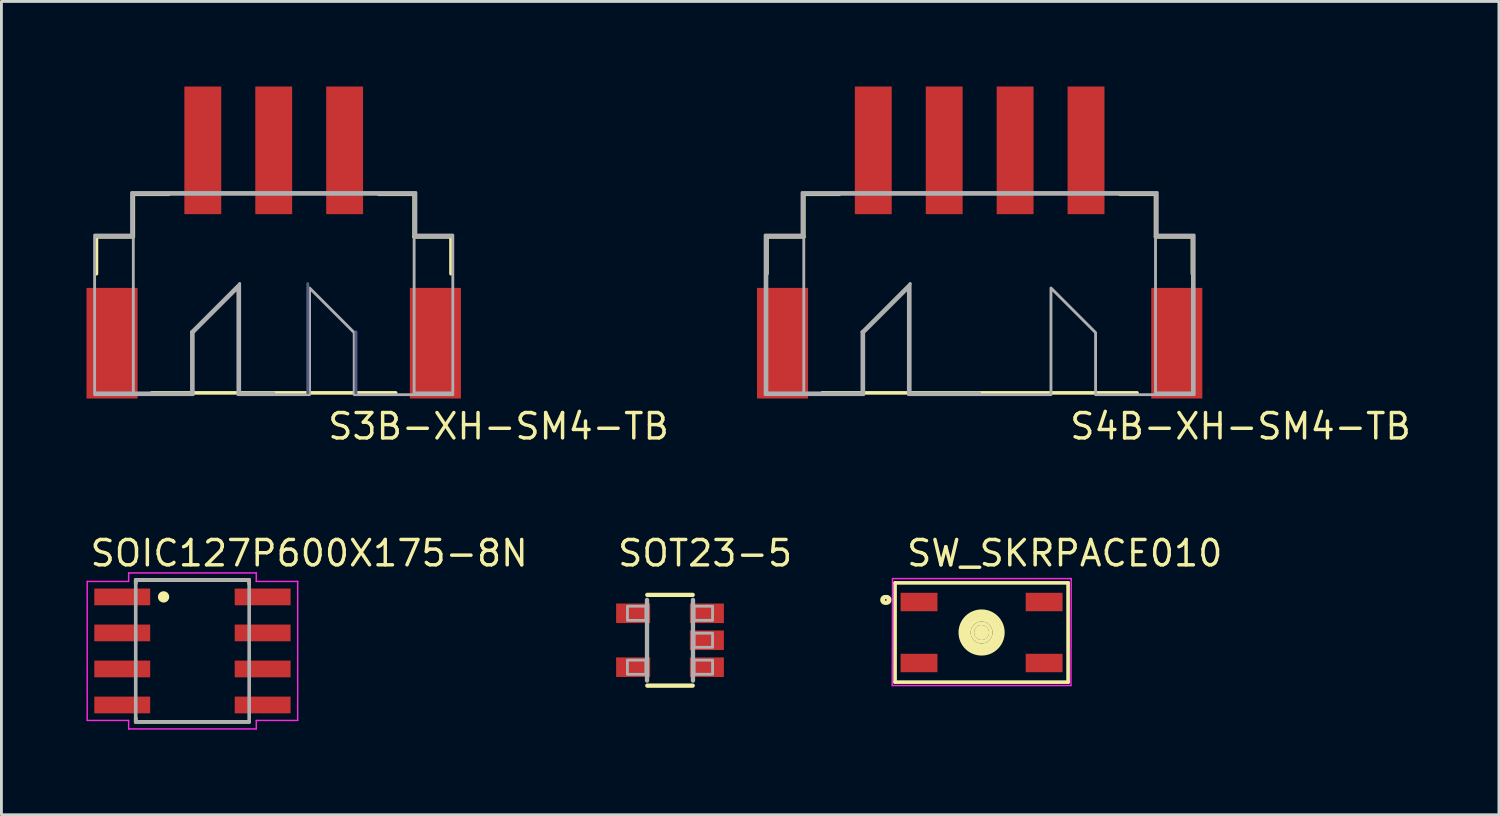
<source format=kicad_pcb>
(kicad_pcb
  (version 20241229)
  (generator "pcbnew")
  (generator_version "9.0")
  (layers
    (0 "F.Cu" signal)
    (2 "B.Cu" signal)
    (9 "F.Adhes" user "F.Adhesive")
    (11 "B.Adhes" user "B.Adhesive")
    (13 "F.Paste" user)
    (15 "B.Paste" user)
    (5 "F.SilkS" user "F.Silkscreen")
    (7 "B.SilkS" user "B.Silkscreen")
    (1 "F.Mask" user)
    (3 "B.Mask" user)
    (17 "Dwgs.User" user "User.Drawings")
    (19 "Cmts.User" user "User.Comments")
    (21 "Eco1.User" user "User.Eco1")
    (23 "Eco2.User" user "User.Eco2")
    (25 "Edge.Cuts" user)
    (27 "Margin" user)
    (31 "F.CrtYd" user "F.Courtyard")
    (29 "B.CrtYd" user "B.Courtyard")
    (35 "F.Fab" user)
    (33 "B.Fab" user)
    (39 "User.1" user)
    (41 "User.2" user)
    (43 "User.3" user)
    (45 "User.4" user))
  (footprint "S4B-XH-SM4-TB"
    (layer "F.Cu")
    (at 31.488 2.25)
    (property "Reference" "S4B-XH-SM4-TB" (at 3.114 10.254 0) (layer "F.SilkS") (effects (font (size 0.894 0.894) (thickness 0.122)) (justify left bottom)))
    (fp_line (start -7.5 3.05) (end -6.2 3.05) (stroke (width 0.127) (type solid)) (layer "F.SilkS"))
    (fp_line (start -7.5 4.35) (end -7.5 3.05) (stroke (width 0.127) (type solid)) (layer "F.SilkS"))
    (fp_line (start -6.2 1.55) (end -4.95 1.55) (stroke (width 0.127) (type solid)) (layer "F.SilkS"))
    (fp_line (start -6.2 3.05) (end -6.2 1.55) (stroke (width 0.127) (type solid)) (layer "F.SilkS"))
    (fp_line (start -5.55 8.55) (end 5.55 8.55) (stroke (width 0.127) (type solid)) (layer "F.SilkS"))
    (fp_line (start 6.2 1.55) (end 4.95 1.55) (stroke (width 0.127) (type solid)) (layer "F.SilkS"))
    (fp_line (start 6.2 3.05) (end 6.2 1.55) (stroke (width 0.127) (type solid)) (layer "F.SilkS"))
    (fp_line (start 7.5 3.05) (end 6.2 3.05) (stroke (width 0.127) (type solid)) (layer "F.SilkS"))
    (fp_line (start 7.5 4.35) (end 7.5 3.05) (stroke (width 0.127) (type solid)) (layer "F.SilkS"))
    (fp_line (start -7.5 3.05) (end -7.5 8.55) (stroke (width 0.1) (type solid)) (layer "F.Fab"))
    (fp_line (start -7.5 3.05) (end -6.2 3.05) (stroke (width 0.1) (type solid)) (layer "F.Fab"))
    (fp_line (start -6.2 1.55) (end 6.2 1.55) (stroke (width 0.1) (type solid)) (layer "F.Fab"))
    (fp_line (start -6.2 3.05) (end -6.2 1.55) (stroke (width 0.1) (type solid)) (layer "F.Fab"))
    (fp_line (start -6.2 8.55) (end -7.5 8.55) (stroke (width 0.1) (type solid)) (layer "F.Fab"))
    (fp_line (start -6.2 8.55) (end -6.2 3.05) (stroke (width 0.1) (type solid)) (layer "F.Fab"))
    (fp_line (start -4.15 6.4) (end -4.15 8.55) (stroke (width 0.1) (type solid)) (layer "F.Fab"))
    (fp_line (start -4.15 8.55) (end -6.2 8.55) (stroke (width 0.1) (type solid)) (layer "F.Fab"))
    (fp_line (start -2.45 4.7) (end -4.15 6.4) (stroke (width 0.1) (type solid)) (layer "F.Fab"))
    (fp_line (start -2.45 4.7) (end -2.45 8.55) (stroke (width 0.1) (type solid)) (layer "F.Fab"))
    (fp_line (start 0 8.55) (end -2.45 8.55) (stroke (width 0.1) (type solid)) (layer "F.Fab"))
    (fp_line (start 6.2 3.05) (end 6.2 1.55) (stroke (width 0.1) (type solid)) (layer "F.Fab"))
    (fp_line (start 6.2 8.55) (end 6.2 3.05) (stroke (width 0.1) (type solid)) (layer "F.Fab"))
    (fp_line (start 7.5 3.05) (end 6.2 3.05) (stroke (width 0.1) (type solid)) (layer "F.Fab"))
    (fp_line (start 7.5 3.05) (end 7.5 8.55) (stroke (width 0.1) (type solid)) (layer "F.Fab"))
    (fp_line (start 7.5 8.55) (end 6.2 8.55) (stroke (width 0.1) (type solid)) (layer "F.Fab"))
    (fp_poly (pts (xy 6.263 2.986) (xy 7.564 2.986) (xy 7.564 8.614) (xy 4.087 8.614) (xy 4.087 6.426) (xy 2.514 4.853) (xy 2.514 8.614) (xy -2.514 8.614) (xy -2.514 4.853) (xy -4.087 6.426) (xy -4.087 8.614) (xy -7.564 8.614) (xy -7.564 2.986) (xy -6.263 2.986) (xy -6.263 1.486) (xy 6.263 1.486)) (stroke (width 0.1) (type default)) (fill no) (layer "F.Fab"))
    (pad "1" smd rect (at 3.75 0) (size 1.3 4.5) (layers "F.Cu" "F.Mask" "F.Paste"))
    (pad "2" smd rect (at 1.25 0) (size 1.3 4.5) (layers "F.Cu" "F.Mask" "F.Paste"))
    (pad "3" smd rect (at -1.25 0) (size 1.3 4.5) (layers "F.Cu" "F.Mask" "F.Paste"))
    (pad "4" smd rect (at -3.75 0) (size 1.3 4.5) (layers "F.Cu" "F.Mask" "F.Paste"))
    (pad "S1" smd rect (at 6.95 6.8) (size 1.8 3.9) (layers "F.Cu" "F.Mask" "F.Paste"))
    (pad "S2" smd rect (at -6.95 6.8) (size 1.8 3.9) (layers "F.Cu" "F.Mask" "F.Paste")))
  (footprint "SOT23-5"
    (layer "F.Cu")
    (at 20.571 19.522)
    (property "Reference" "SOT23-5" (at -1.908 -2.543 0) (layer "F.SilkS") (effects (font (size 0.894 0.894) (thickness 0.122)) (justify left bottom)))
    (fp_line (start -0.8 -1.6) (end 0.8 -1.6) (stroke (width 0.152) (type solid)) (layer "F.SilkS"))
    (fp_line (start -0.8 1.6) (end 0.8 1.6) (stroke (width 0.152) (type solid)) (layer "F.SilkS"))
    (fp_line (start -0.81 1.422) (end -0.81 -1.422) (stroke (width 0.152) (type solid)) (layer "F.Fab"))
    (fp_line (start 0.81 -1.422) (end 0.81 1.422) (stroke (width 0.152) (type solid)) (layer "F.Fab"))
    (fp_poly (pts (xy -0.85 -0.7) (xy -0.85 -1.2) (xy -1.5 -1.2) (xy -1.5 -0.7)) (stroke (width 0.1) (type default)) (fill no) (layer "F.Fab"))
    (fp_poly (pts (xy -0.85 1.202) (xy -0.85 0.7) (xy -1.502 0.7) (xy -1.502 1.202)) (stroke (width 0.1) (type default)) (fill no) (layer "F.Fab"))
    (fp_poly (pts (xy 1.5 -0.701) (xy 1.5 -1.2) (xy 0.851 -1.2) (xy 0.851 -0.701)) (stroke (width 0.1) (type default)) (fill no) (layer "F.Fab"))
    (fp_poly (pts (xy 1.5 0.25) (xy 1.5 -0.25) (xy 0.85 -0.25) (xy 0.85 0.25)) (stroke (width 0.1) (type default)) (fill no) (layer "F.Fab"))
    (fp_poly (pts (xy 1.501 1.2) (xy 1.501 0.701) (xy 0.85 0.701) (xy 0.85 1.2)) (stroke (width 0.1) (type default)) (fill no) (layer "F.Fab"))
    (pad "1" smd rect (at 1.3 0.95 90) (size 0.69 1.2) (layers "F.Cu" "F.Mask" "F.Paste"))
    (pad "2" smd rect (at 1.3 0 90) (size 0.69 1.2) (layers "F.Cu" "F.Mask" "F.Paste"))
    (pad "3" smd rect (at 1.3 -0.95 90) (size 0.69 1.2) (layers "F.Cu" "F.Mask" "F.Paste"))
    (pad "4" smd rect (at -1.3 -0.95 90) (size 0.69 1.2) (layers "F.Cu" "F.Mask" "F.Paste"))
    (pad "5" smd rect (at -1.3 0.95 90) (size 0.69 1.2) (layers "F.Cu" "F.Mask" "F.Paste")))
  (footprint "S3B-XH-SM4-TB"
    (layer "F.Cu")
    (at 6.6 2.25)
    (property "Reference" "S3B-XH-SM4-TB" (at 1.844 10.254 0) (layer "F.SilkS") (effects (font (size 0.894 0.894) (thickness 0.122)) (justify left bottom)))
    (fp_line (start -6.25 3.05) (end -4.95 3.05) (stroke (width 0.127) (type solid)) (layer "F.SilkS"))
    (fp_line (start -6.25 4.35) (end -6.25 3.05) (stroke (width 0.127) (type solid)) (layer "F.SilkS"))
    (fp_line (start -4.95 1.55) (end -3.7 1.55) (stroke (width 0.127) (type solid)) (layer "F.SilkS"))
    (fp_line (start -4.95 3.05) (end -4.95 1.55) (stroke (width 0.127) (type solid)) (layer "F.SilkS"))
    (fp_line (start -4.3 8.55) (end 4.3 8.55) (stroke (width 0.127) (type solid)) (layer "F.SilkS"))
    (fp_line (start 4.95 1.55) (end 3.7 1.55) (stroke (width 0.127) (type solid)) (layer "F.SilkS"))
    (fp_line (start 4.95 3.05) (end 4.95 1.55) (stroke (width 0.127) (type solid)) (layer "F.SilkS"))
    (fp_line (start 6.25 3.05) (end 4.95 3.05) (stroke (width 0.127) (type solid)) (layer "F.SilkS"))
    (fp_line (start 6.25 4.35) (end 6.25 3.05) (stroke (width 0.127) (type solid)) (layer "F.SilkS"))
    (fp_line (start 1.2 4.7) (end 1.2 8.55) (stroke (width 0.1) (type solid)) (layer "B.Fab"))
    (fp_line (start 2.9 6.4) (end 2.9 8.55) (stroke (width 0.1) (type solid)) (layer "B.Fab"))
    (fp_line (start -6.25 3.05) (end -4.95 3.05) (stroke (width 0.1) (type solid)) (layer "F.Fab"))
    (fp_line (start -4.95 1.55) (end 4.95 1.55) (stroke (width 0.1) (type solid)) (layer "F.Fab"))
    (fp_line (start -4.95 3.05) (end -4.95 1.55) (stroke (width 0.1) (type solid)) (layer "F.Fab"))
    (fp_line (start -4.95 8.55) (end -6.25 8.55) (stroke (width 0.1) (type solid)) (layer "F.Fab"))
    (fp_line (start -4.95 8.55) (end -4.95 3.05) (stroke (width 0.1) (type solid)) (layer "F.Fab"))
    (fp_line (start -2.9 6.4) (end -2.9 8.55) (stroke (width 0.1) (type solid)) (layer "F.Fab"))
    (fp_line (start -2.9 8.55) (end -4.95 8.55) (stroke (width 0.1) (type solid)) (layer "F.Fab"))
    (fp_line (start -1.2 4.7) (end -2.9 6.4) (stroke (width 0.1) (type solid)) (layer "F.Fab"))
    (fp_line (start -1.2 4.7) (end -1.2 8.55) (stroke (width 0.1) (type solid)) (layer "F.Fab"))
    (fp_line (start 0 8.55) (end -1.2 8.55) (stroke (width 0.1) (type solid)) (layer "F.Fab"))
    (fp_line (start 4.95 3.05) (end 4.95 1.55) (stroke (width 0.1) (type solid)) (layer "F.Fab"))
    (fp_line (start 4.95 8.55) (end 4.95 3.05) (stroke (width 0.1) (type solid)) (layer "F.Fab"))
    (fp_line (start 6.25 3.05) (end 4.95 3.05) (stroke (width 0.1) (type solid)) (layer "F.Fab"))
    (fp_line (start 6.25 8.55) (end 4.95 8.55) (stroke (width 0.1) (type solid)) (layer "F.Fab"))
    (fp_poly (pts (xy 5.013 2.986) (xy 6.314 2.986) (xy 6.314 8.614) (xy 2.837 8.614) (xy 2.837 6.426) (xy 1.264 4.853) (xy 1.264 8.614) (xy -1.264 8.614) (xy -1.264 4.853) (xy -2.837 6.426) (xy -2.837 8.614) (xy -6.314 8.614) (xy -6.314 2.986) (xy -5.013 2.986) (xy -5.013 1.486) (xy 5.013 1.486)) (stroke (width 0.1) (type default)) (fill no) (layer "F.Fab"))
    (pad "1" smd rect (at 2.5 0) (size 1.3 4.5) (layers "F.Cu" "F.Mask" "F.Paste"))
    (pad "2" smd rect (at 0 0) (size 1.3 4.5) (layers "F.Cu" "F.Mask" "F.Paste"))
    (pad "3" smd rect (at -2.5 0) (size 1.3 4.5) (layers "F.Cu" "F.Mask" "F.Paste"))
    (pad "S1" smd rect (at 5.7 6.8) (size 1.8 3.9) (layers "F.Cu" "F.Mask" "F.Paste"))
    (pad "S2" smd rect (at -5.7 6.8) (size 1.8 3.9) (layers "F.Cu" "F.Mask" "F.Paste")))
  (footprint "SOIC127P600X175-8N"
    (layer "F.Cu")
    (at 3.735 19.899)
    (property "Reference" "SOIC127P600X175-8N" (at -3.671 -2.921 0) (layer "F.SilkS") (effects (font (size 0.894 0.894) (thickness 0.122)) (justify left bottom)))
    (fp_line (start -2 -2.5) (end 2 -2.5) (stroke (width 0.127) (type solid)) (layer "F.SilkS"))
    (fp_line (start -2 -2.375) (end -2 -2.5) (stroke (width 0.127) (type solid)) (layer "F.SilkS"))
    (fp_line (start -2 2.375) (end -2 2.5) (stroke (width 0.127) (type solid)) (layer "F.SilkS"))
    (fp_line (start -2 2.5) (end 2 2.5) (stroke (width 0.127) (type solid)) (layer "F.SilkS"))
    (fp_line (start 2 -2.5) (end 2 -2.375) (stroke (width 0.127) (type solid)) (layer "F.SilkS"))
    (fp_circle (center -1.018 -1.905) (end -0.917 -1.905) (stroke (width 0.2) (type solid)) (fill no) (layer "F.SilkS"))
    (fp_line (start -3.71 -2.45) (end -3.71 2.45) (stroke (width 0.05) (type solid)) (layer "F.CrtYd"))
    (fp_line (start -3.71 2.45) (end -2.25 2.45) (stroke (width 0.05) (type solid)) (layer "F.CrtYd"))
    (fp_line (start -2.25 -2.75) (end -2.25 -2.45) (stroke (width 0.05) (type solid)) (layer "F.CrtYd"))
    (fp_line (start -2.25 -2.45) (end -3.71 -2.45) (stroke (width 0.05) (type solid)) (layer "F.CrtYd"))
    (fp_line (start -2.25 2.45) (end -2.25 2.75) (stroke (width 0.05) (type solid)) (layer "F.CrtYd"))
    (fp_line (start -2.25 2.75) (end 2.25 2.75) (stroke (width 0.05) (type solid)) (layer "F.CrtYd"))
    (fp_line (start 2.25 -2.75) (end -2.25 -2.75) (stroke (width 0.05) (type solid)) (layer "F.CrtYd"))
    (fp_line (start 2.25 -2.45) (end 2.25 -2.75) (stroke (width 0.05) (type solid)) (layer "F.CrtYd"))
    (fp_line (start 2.25 2.45) (end 3.71 2.45) (stroke (width 0.05) (type solid)) (layer "F.CrtYd"))
    (fp_line (start 2.25 2.75) (end 2.25 2.45) (stroke (width 0.05) (type solid)) (layer "F.CrtYd"))
    (fp_line (start 3.71 -2.45) (end 2.25 -2.45) (stroke (width 0.05) (type solid)) (layer "F.CrtYd"))
    (fp_line (start 3.71 2.45) (end 3.71 -2.45) (stroke (width 0.05) (type solid)) (layer "F.CrtYd"))
    (fp_line (start -2 -2.5) (end 2 -2.5) (stroke (width 0.127) (type solid)) (layer "F.Fab"))
    (fp_line (start -2 2.5) (end -2 -2.5) (stroke (width 0.127) (type solid)) (layer "F.Fab"))
    (fp_line (start 2 -2.5) (end 2 2.5) (stroke (width 0.127) (type solid)) (layer "F.Fab"))
    (fp_line (start 2 2.5) (end -2 2.5) (stroke (width 0.127) (type solid)) (layer "F.Fab"))
    (pad "1" smd rect (at -2.475 -1.905) (size 1.97 0.59) (layers "F.Cu" "F.Mask" "F.Paste"))
    (pad "2" smd rect (at -2.475 -0.635) (size 1.97 0.59) (layers "F.Cu" "F.Mask" "F.Paste"))
    (pad "3" smd rect (at -2.475 0.635) (size 1.97 0.59) (layers "F.Cu" "F.Mask" "F.Paste"))
    (pad "4" smd rect (at -2.475 1.905) (size 1.97 0.59) (layers "F.Cu" "F.Mask" "F.Paste"))
    (pad "5" smd rect (at 2.475 1.905) (size 1.97 0.59) (layers "F.Cu" "F.Mask" "F.Paste"))
    (pad "6" smd rect (at 2.475 0.635) (size 1.97 0.59) (layers "F.Cu" "F.Mask" "F.Paste"))
    (pad "7" smd rect (at 2.475 -0.635) (size 1.97 0.59) (layers "F.Cu" "F.Mask" "F.Paste"))
    (pad "8" smd rect (at 2.475 -1.905) (size 1.97 0.59) (layers "F.Cu" "F.Mask" "F.Paste")))
  (footprint "SW_SKRPACE010"
    (layer "F.Cu")
    (at 31.556 19.249)
    (property "Reference" "SW_SKRPACE010" (at -2.704 -2.271 0) (layer "F.SilkS") (effects (font (size 0.894 0.894) (thickness 0.122)) (justify left bottom)))
    (fp_line (start -3.05 -1.75) (end -3.05 1.75) (stroke (width 0.127) (type solid)) (layer "F.SilkS"))
    (fp_line (start -3.05 1.75) (end 3.05 1.75) (stroke (width 0.127) (type solid)) (layer "F.SilkS"))
    (fp_line (start 3.05 -1.75) (end -3.05 -1.75) (stroke (width 0.127) (type solid)) (layer "F.SilkS"))
    (fp_line (start 3.05 1.75) (end 3.05 -1.75) (stroke (width 0.127) (type solid)) (layer "F.SilkS"))
    (fp_circle (center -3.4 -1.15) (end -3.288 -1.15) (stroke (width 0.127) (type solid)) (fill no) (layer "F.SilkS"))
    (fp_circle (center -3.35 -1.15) (end -3.3 -1.15) (stroke (width 0.127) (type solid)) (fill no) (layer "F.SilkS"))
    (fp_circle (center 0 0) (end 0.064 0) (stroke (width 0.127) (type solid)) (fill no) (layer "F.SilkS"))
    (fp_circle (center 0 0) (end 0.127 0) (stroke (width 0.127) (type solid)) (fill no) (layer "F.SilkS"))
    (fp_circle (center 0 0) (end 0.201 0) (stroke (width 0.127) (type solid)) (fill no) (layer "F.SilkS"))
    (fp_circle (center 0 0) (end 0.324 0) (stroke (width 0.127) (type solid)) (fill no) (layer "F.SilkS"))
    (fp_circle (center 0 0) (end 0.449 0) (stroke (width 0.127) (type solid)) (fill no) (layer "F.SilkS"))
    (fp_circle (center 0 0) (end 0.524 0) (stroke (width 0.127) (type solid)) (fill no) (layer "F.SilkS"))
    (fp_circle (center 0 0) (end 0.635 0) (stroke (width 0.127) (type solid)) (fill no) (layer "F.SilkS"))
    (fp_circle (center 0 0) (end 0.635 0) (stroke (width 0.127) (type solid)) (fill no) (layer "F.SilkS"))
    (fp_circle (center 0 0) (end 0.75 0) (stroke (width 0.127) (type solid)) (fill no) (layer "F.SilkS"))
    (fp_line (start -3.15 1.87) (end -3.14 -1.9) (stroke (width 0.05) (type solid)) (layer "F.CrtYd"))
    (fp_line (start -3.14 -1.9) (end 3.16 -1.9) (stroke (width 0.05) (type solid)) (layer "F.CrtYd"))
    (fp_line (start 3.15 1.87) (end -3.15 1.87) (stroke (width 0.05) (type solid)) (layer "F.CrtYd"))
    (fp_line (start 3.16 -1.9) (end 3.15 1.87) (stroke (width 0.05) (type solid)) (layer "F.CrtYd"))
    (pad "1" smd rect (at -2.205 -1.075) (size 1.3 0.65) (layers "F.Cu" "F.Mask" "F.Paste"))
    (pad "2" smd rect (at 2.205 -1.075) (size 1.3 0.65) (layers "F.Cu" "F.Mask" "F.Paste"))
    (pad "3" smd rect (at -2.205 1.075) (size 1.3 0.65) (layers "F.Cu" "F.Mask" "F.Paste"))
    (pad "4" smd rect (at 2.205 1.075) (size 1.3 0.65) (layers "F.Cu" "F.Mask" "F.Paste")))
  (gr_rect
    (start -3 -3)
    (end 49.795 25.674)
    (stroke (width 0.1) (type default))
    (fill no)
    (layer "Edge.Cuts")))
</source>
